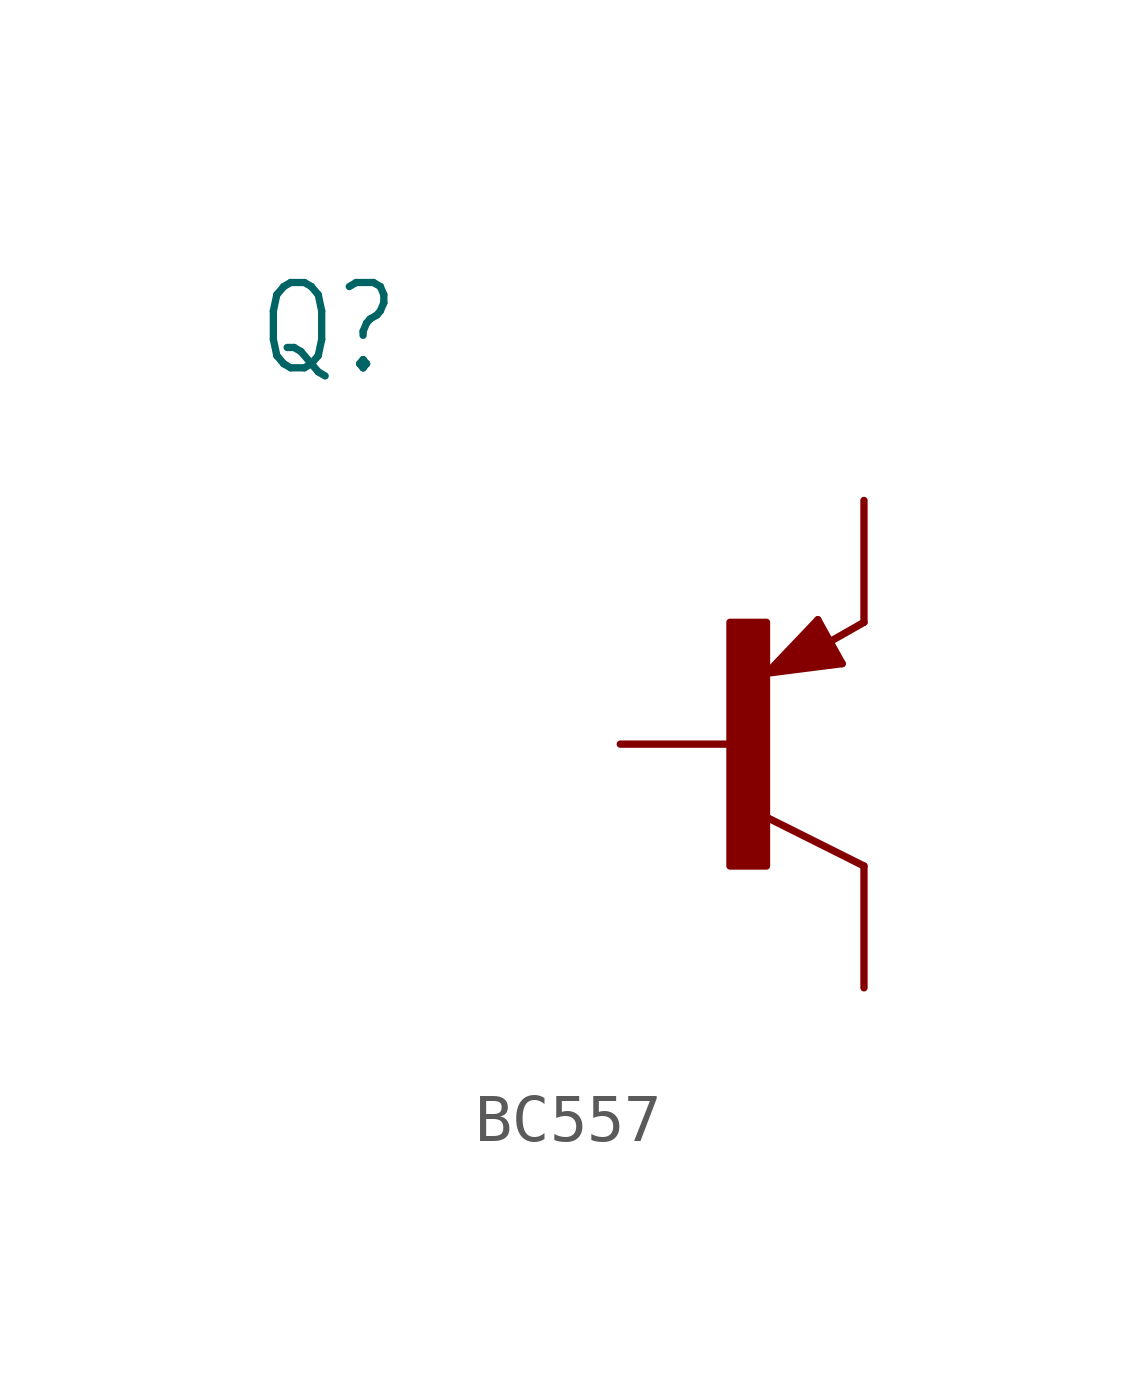
<source format=kicad_sym>
(kicad_symbol_lib
  (version 20231120)
  (generator "kicad_symbol_editor")
  (generator_version "8.0")
  (symbol "BC557"
    (property "Reference" "Q"
      (at -10.16 7.62 0)
      (effects (font (size 1.778 1.511)) (justify left bottom)))
    (property "Value" ""
      (at -10.16 5.08 0)
      (effects (font (size 1.778 1.511)) (justify left bottom)))
    (property "ki_locked" ""
      (at 0 0 0)
      (effects (font (size 1.27 1.27))))
    (symbol "BC557_1_0"
      (rectangle (start -0.254 -2.54) (end 0.508 2.54) (stroke (width 0) (type default)) (fill (type outline)))
      (polyline (pts (xy 0.516 1.478) (xy 2.086 1.678)) (stroke (width 0.152) (type solid)) (fill (type none)))
      (polyline (pts (xy 0.762 1.651) (xy 1.778 1.778)) (stroke (width 0.254) (type solid)) (fill (type none)))
      (polyline (pts (xy 1.143 1.905) (xy 1.524 1.905)) (stroke (width 0.254) (type solid)) (fill (type none)))
      (polyline (pts (xy 1.524 2.159) (xy 1.143 1.905)) (stroke (width 0.254) (type solid)) (fill (type none)))
      (polyline (pts (xy 1.524 2.413) (xy 0.762 1.651)) (stroke (width 0.254) (type solid)) (fill (type none)))
      (polyline (pts (xy 1.578 2.594) (xy 0.516 1.478)) (stroke (width 0.152) (type solid)) (fill (type none)))
      (polyline (pts (xy 1.778 1.778) (xy 1.524 2.159)) (stroke (width 0.254) (type solid)) (fill (type none)))
      (polyline (pts (xy 1.905 1.778) (xy 1.524 2.413)) (stroke (width 0.254) (type solid)) (fill (type none)))
      (polyline (pts (xy 2.086 1.678) (xy 1.578 2.594)) (stroke (width 0.152) (type solid)) (fill (type none)))
      (polyline (pts (xy 2.54 -2.54) (xy 0.508 -1.524)) (stroke (width 0.152) (type solid)) (fill (type none)))
      (polyline (pts (xy 2.54 2.54) (xy 1.808 2.124)) (stroke (width 0.152) (type solid)) (fill (type none)))
      (pin passive line (at -2.54 0 0) (length 2.54) (name "B" (effects (font (size 0 0)))) (number "B" (effects (font (size 0 0)))))
      (pin passive line (at 2.54 -5.08 90) (length 2.54) (name "C" (effects (font (size 0 0)))) (number "C" (effects (font (size 0 0)))))
      (pin passive line (at 2.54 5.08 270) (length 2.54) (name "E" (effects (font (size 0 0)))) (number "E" (effects (font (size 0 0))))))))
</source>
